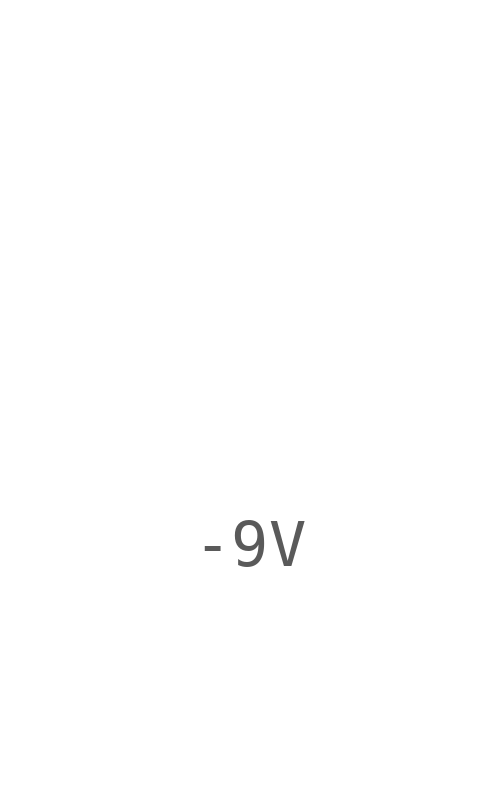
<source format=kicad_sym>
(kicad_symbol_lib
  (version 20211014)
  (generator kicad_symbol_editor)
  (symbol "-9V"
    (power)
    (pin_numbers hide)
    (pin_names
      (offset 0.635))
    (property "Reference" "#PWR"
      (at 0 2.54 0)
      (effects (font (size 1.778 1.778)) hide))
    (symbol "-9V_1_1"
      (pin power_in inverted (at 0 0 270) (length 5.08) hide (name "-9V" (effects (font (size 1.27 1.27)))) (number "1" (effects (font (size 1.27 1.27))))))))
</source>
